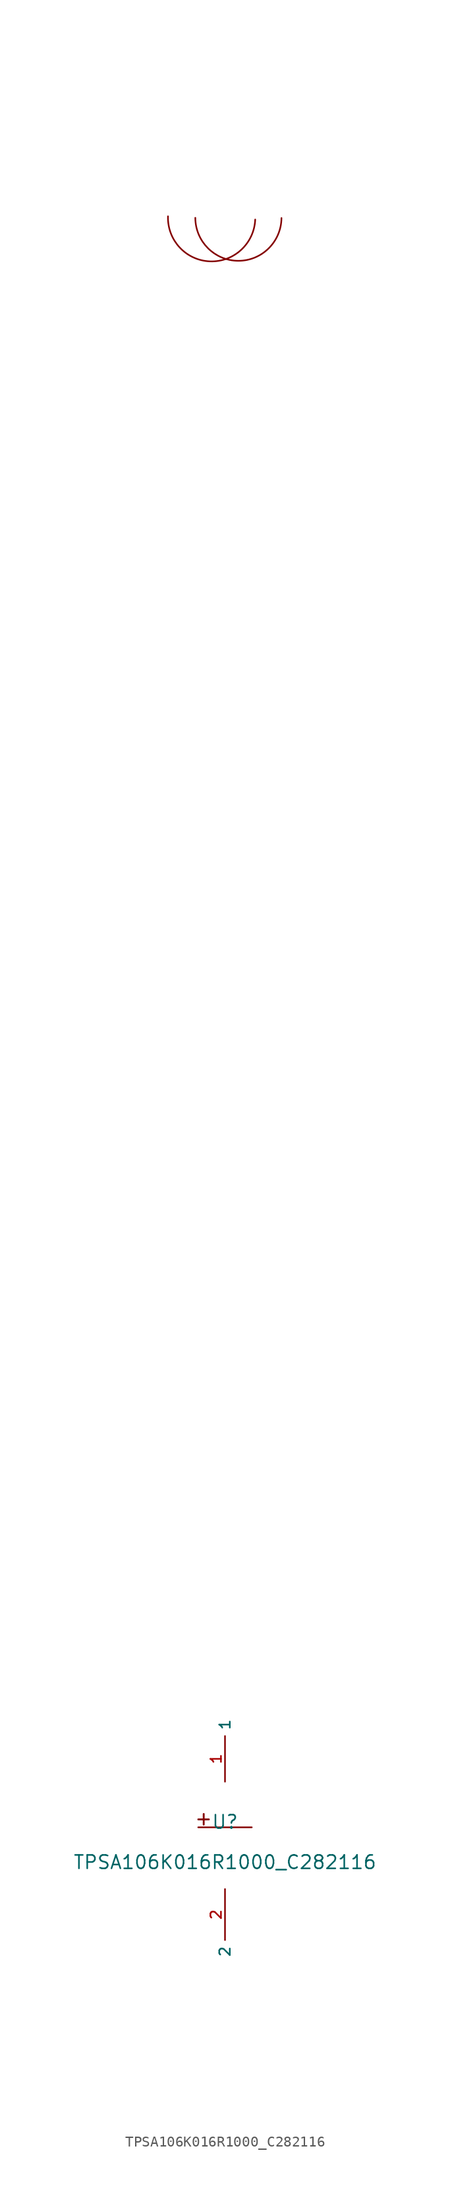
<source format=kicad_sym>
(kicad_symbol_lib
  (version 20210201)
  (generator TousstNicolas/JLC2KiCad_lib)
  (symbol "TPSA106K016R1000_C282116"
    (property "Reference" "U"
      (at 0 1.27 0)
      (effects (font (size 1.27 1.27))))
    (property "Value" "TPSA106K016R1000_C282116"
      (at 0 -2.54 0)
      (effects (font (size 1.27 1.27))))
    (symbol "TPSA106K016R1000_C282116_0_1"
      (pin unspecified line (at 0.0 5.08 90) (length 4.318) (name "1" (effects (font (size 1 1)))) (number "1" (effects (font (size 1 1)))))
      (pin unspecified line (at 0.0 -5.08 270) (length 4.826) (name "2" (effects (font (size 1 1)))) (number "2" (effects (font (size 1 1)))))
      (polyline (pts (xy -2.54 0.762) (xy 2.54 0.762)) (stroke (width 0) (type default) (color 0 0 0 0)) (fill (type none)))
      (arc (start 5.355231055666675 153.02458998320105) (mid 1.2592864525939904 148.95007755495055) (end -2.815225975656514 153.04602215802325) (stroke (width 0) (type default) (color 0 0 0 0)) (fill (type none)))
      (arc (start 2.865311391389729 152.88348074512368) (mid -1.4218278654935625 148.89999213921735) (end -5.405316471399889 153.1871313961006) (stroke (width 0) (type default) (color 0 0 0 0)) (fill (type none)))
      (rectangle (start -2.54 1.524) (end -1.524 1.499) (stroke (width 0) (type default) (color 0 0 0 0)) (fill (type background)))
      (rectangle (start -2.032 2.032) (end -2.007 1.016) (stroke (width 0) (type default) (color 0 0 0 0)) (fill (type background))))))
</source>
